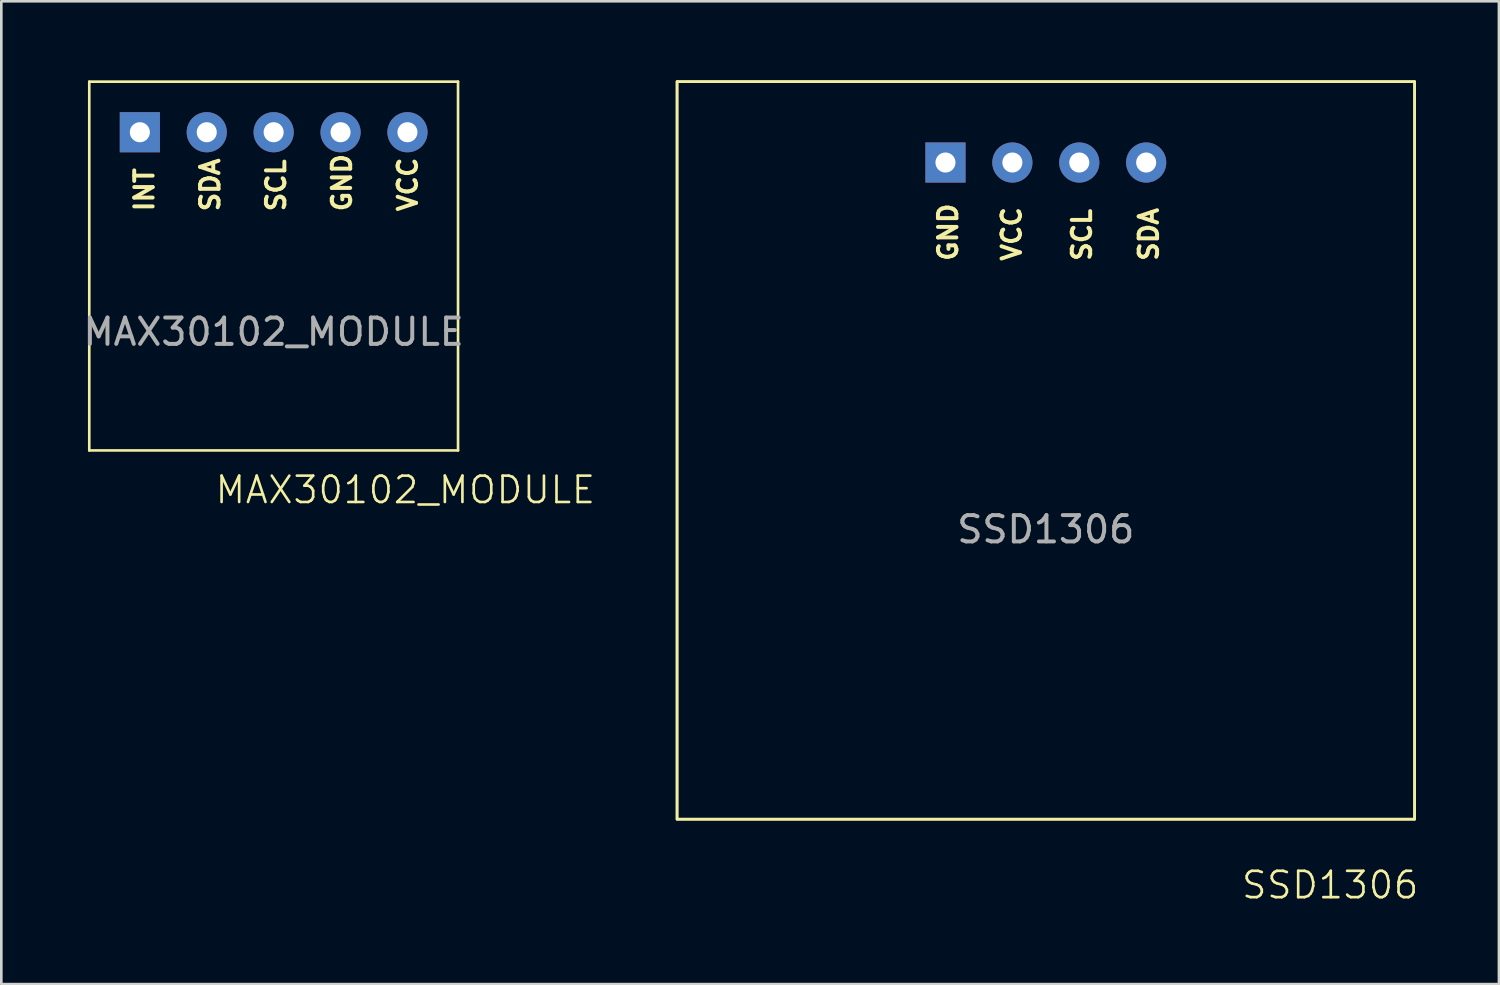
<source format=kicad_pcb>
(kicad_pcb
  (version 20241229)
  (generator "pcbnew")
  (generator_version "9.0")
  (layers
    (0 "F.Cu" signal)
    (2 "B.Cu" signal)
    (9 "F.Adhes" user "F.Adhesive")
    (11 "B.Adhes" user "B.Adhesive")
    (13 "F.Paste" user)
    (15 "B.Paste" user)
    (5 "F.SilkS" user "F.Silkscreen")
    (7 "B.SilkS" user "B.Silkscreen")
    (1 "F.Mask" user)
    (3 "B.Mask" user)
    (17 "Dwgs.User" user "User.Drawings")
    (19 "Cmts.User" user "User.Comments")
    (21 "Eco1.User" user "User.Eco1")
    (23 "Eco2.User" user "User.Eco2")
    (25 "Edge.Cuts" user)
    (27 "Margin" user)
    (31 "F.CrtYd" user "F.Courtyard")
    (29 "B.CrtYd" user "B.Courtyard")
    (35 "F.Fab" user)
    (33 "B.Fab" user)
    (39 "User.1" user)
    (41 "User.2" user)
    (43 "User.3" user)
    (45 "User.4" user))
  (footprint "SSD1306"
    (layer "F.Cu")
    (at 36.654 14.55)
    (property "Reference" "SSD1306" (at 10.795 16.002 0) (unlocked yes) (layer "F.SilkS") (effects (font (size 1 1) (thickness 0.1))))
    (attr through_hole)
    (fp_line (start -14 -14.5) (end 14 -14.5) (stroke (width 0.1) (type default)) (layer "F.SilkS"))
    (fp_line (start -14 13.5) (end -14 -14.5) (stroke (width 0.1) (type default)) (layer "F.SilkS"))
    (fp_line (start 14 -14.5) (end 14 13.5) (stroke (width 0.1) (type default)) (layer "F.SilkS"))
    (fp_line (start 14 13.5) (end -14 13.5) (stroke (width 0.1) (type default)) (layer "F.SilkS"))
    (fp_rect (start -14 -14.5) (end 14 13.5) (stroke (width 0.1) (type default)) (fill no) (layer "F.SilkS"))
    (fp_text user "VCC" (at -0.889 -7.62 90) (unlocked yes) (layer "F.SilkS") (effects (font (size 0.7 0.7) (thickness 0.15) (bold yes)) (justify left bottom)))
    (fp_text user "GND" (at -3.302 -7.62 90) (unlocked yes) (layer "F.SilkS") (effects (font (size 0.7 0.7) (thickness 0.15) (bold yes)) (justify left bottom)))
    (fp_text user "SDA" (at 4.318 -7.62 90) (unlocked yes) (layer "F.SilkS") (effects (font (size 0.7 0.7) (thickness 0.15) (bold yes)) (justify left bottom)))
    (fp_text user "SCL" (at 1.778 -7.62 90) (unlocked yes) (layer "F.SilkS") (effects (font (size 0.7 0.7) (thickness 0.15) (bold yes)) (justify left bottom)))
    (fp_text user "${REFERENCE}" (at 0 2.5 0) (unlocked yes) (layer "F.Fab") (effects (font (size 1 1) (thickness 0.15))))
    (pad "1" thru_hole rect (at -3.81 -11.43) (size 1.524 1.524) (drill 0.762) (layers "*.Cu" "*.Mask"))
    (pad "2" thru_hole circle (at -1.27 -11.43) (size 1.524 1.524) (drill 0.762) (layers "*.Cu" "*.Mask"))
    (pad "3" thru_hole circle (at 1.27 -11.43) (size 1.524 1.524) (drill 0.762) (layers "*.Cu" "*.Mask"))
    (pad "4" thru_hole circle (at 3.81 -11.43) (size 1.524 1.524) (drill 0.762) (layers "*.Cu" "*.Mask"))
    (zone (net_name "") (layer "F.SilkS") (hatch edge 0.5) (connect_pads) (min_thickness 0.25) (filled_areas_thickness no) (keepout (tracks allowed) (vias allowed) (pads not_allowed) (copperpour allowed) (footprints not_allowed)) (placement (enabled no)) (fill) (polygon (pts (xy 22.654 0.05) (xy 50.654 0.05) (xy 50.654 28.05) (xy 22.654 28.05)))))
  (footprint "MAX30102_MODULE"
    (layer "F.Cu")
    (at 7.339 7.05)
    (property "Reference" "MAX30102_MODULE" (at 5 8.5 0) (unlocked yes) (layer "F.SilkS") (effects (font (size 1 1) (thickness 0.1))))
    (attr through_hole)
    (fp_line (start -7 -7) (end 7 -7) (stroke (width 0.1) (type default)) (layer "F.SilkS"))
    (fp_line (start -7 7) (end -7 -7) (stroke (width 0.1) (type default)) (layer "F.SilkS"))
    (fp_line (start 7 -7) (end 7 7) (stroke (width 0.1) (type default)) (layer "F.SilkS"))
    (fp_line (start 7 7) (end -7 7) (stroke (width 0.1) (type default)) (layer "F.SilkS"))
    (fp_text user "SCL" (at 0.5 -2 90) (unlocked yes) (layer "F.SilkS") (effects (font (size 0.7 0.7) (thickness 0.15)) (justify left bottom)))
    (fp_text user "GND" (at 3 -2 90) (unlocked yes) (layer "F.SilkS") (effects (font (size 0.7 0.7) (thickness 0.15)) (justify left bottom)))
    (fp_text user "INT" (at -4.5 -2 90) (unlocked yes) (layer "F.SilkS") (effects (font (size 0.7 0.7) (thickness 0.15)) (justify left bottom)))
    (fp_text user "SDA" (at -2 -2 90) (unlocked yes) (layer "F.SilkS") (effects (font (size 0.7 0.7) (thickness 0.15)) (justify left bottom)))
    (fp_text user "VCC" (at 5.5 -2 90) (unlocked yes) (layer "F.SilkS") (effects (font (size 0.7 0.7) (thickness 0.15)) (justify left bottom)))
    (fp_text user "${REFERENCE}" (at 0 2.5 0) (unlocked yes) (layer "F.Fab") (effects (font (size 1 1) (thickness 0.15))))
    (pad "1" thru_hole rect (at -5.08 -5.08) (size 1.524 1.524) (drill 0.762) (layers "*.Cu" "*.Mask"))
    (pad "2" thru_hole circle (at -2.54 -5.08) (size 1.524 1.524) (drill 0.762) (layers "*.Cu" "*.Mask"))
    (pad "3" thru_hole circle (at 0 -5.08) (size 1.524 1.524) (drill 0.762) (layers "*.Cu" "*.Mask"))
    (pad "4" thru_hole circle (at 2.54 -5.08) (size 1.524 1.524) (drill 0.762) (layers "*.Cu" "*.Mask"))
    (pad "5" thru_hole circle (at 5.08 -5.08) (size 1.524 1.524) (drill 0.762) (layers "*.Cu" "*.Mask"))
    (zone (net_name "") (layer "F.SilkS") (hatch edge 0.5) (connect_pads) (min_thickness 0.25) (filled_areas_thickness no) (keepout (tracks allowed) (vias allowed) (pads not_allowed) (copperpour allowed) (footprints not_allowed)) (placement (enabled no)) (fill) (polygon (pts (xy 0.339 0.05) (xy 14.339 0.05) (xy 14.339 14.05) (xy 0.339 14.05)))))
  (gr_rect
    (start -3 -3)
    (end 53.856 34.312)
    (stroke (width 0.1) (type default))
    (fill no)
    (layer "Edge.Cuts")))
</source>
